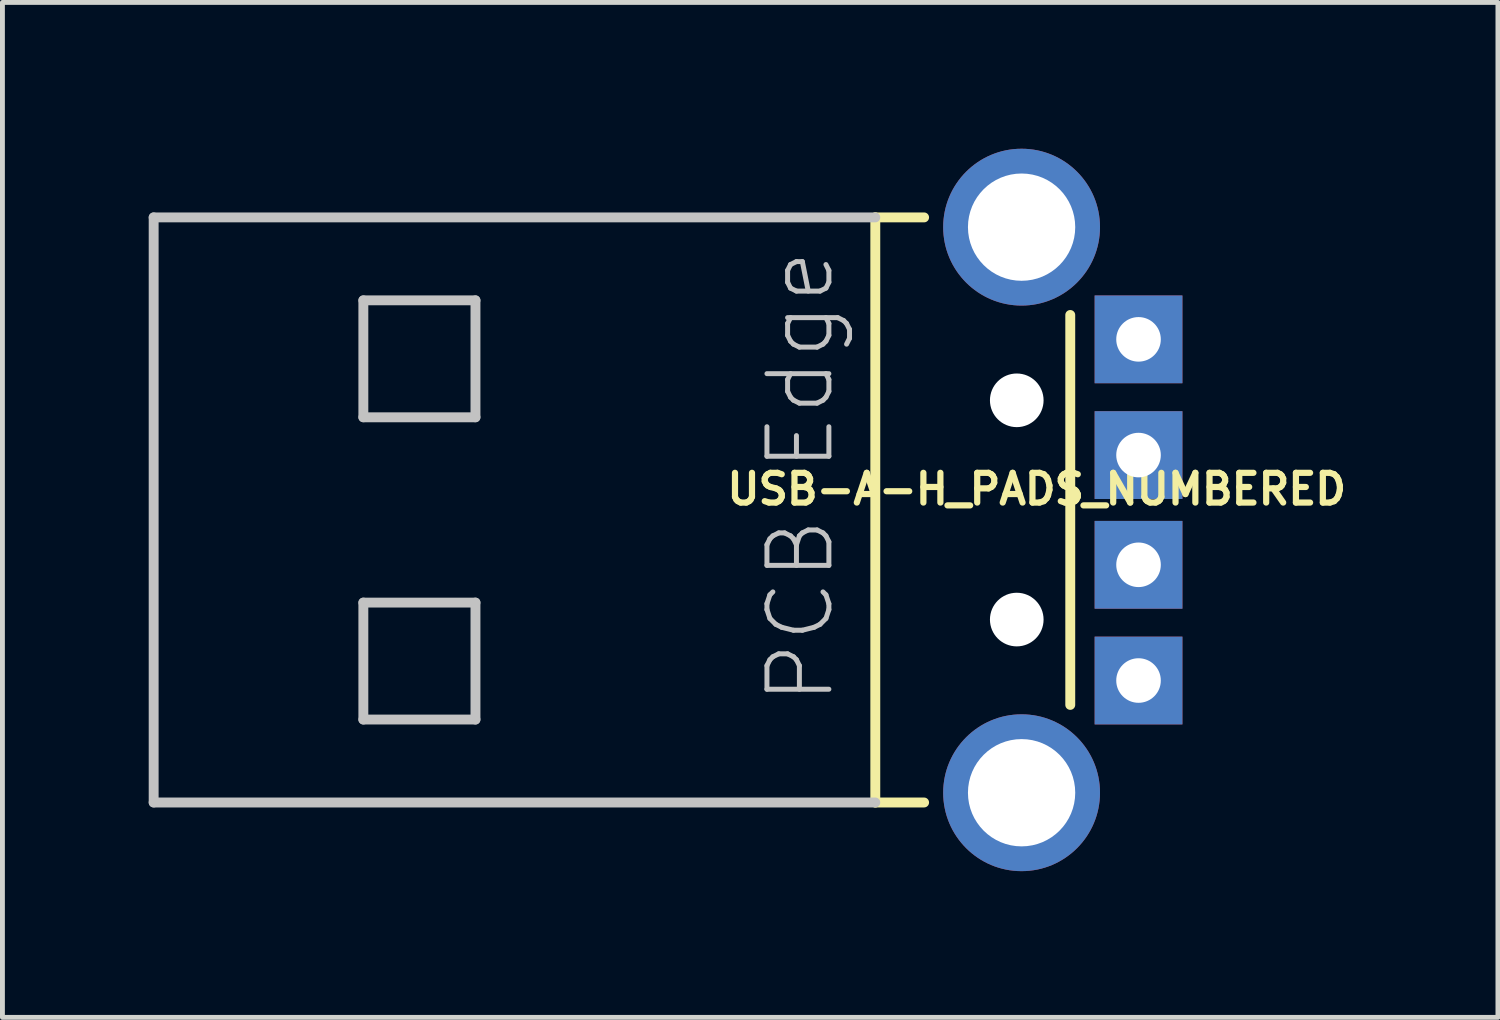
<source format=kicad_pcb>
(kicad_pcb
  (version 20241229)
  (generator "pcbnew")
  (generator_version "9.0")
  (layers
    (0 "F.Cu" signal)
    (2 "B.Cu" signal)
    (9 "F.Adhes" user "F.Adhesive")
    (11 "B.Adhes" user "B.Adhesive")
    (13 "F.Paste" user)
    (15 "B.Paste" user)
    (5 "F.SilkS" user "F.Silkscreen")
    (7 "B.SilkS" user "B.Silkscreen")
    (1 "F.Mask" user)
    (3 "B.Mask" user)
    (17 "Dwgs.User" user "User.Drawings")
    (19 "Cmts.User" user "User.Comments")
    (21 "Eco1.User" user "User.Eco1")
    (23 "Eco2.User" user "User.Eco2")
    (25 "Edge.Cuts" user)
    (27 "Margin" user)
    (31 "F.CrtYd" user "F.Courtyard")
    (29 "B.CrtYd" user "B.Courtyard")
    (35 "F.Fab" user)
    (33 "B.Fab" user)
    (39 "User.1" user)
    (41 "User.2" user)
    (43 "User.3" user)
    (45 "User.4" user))
  (footprint "USB-A-H_PADS_NUMBERED"
    (layer "F.Cu")
    (at 17.899 7.407)
    (property "Reference" "USB-A-H_PADS_NUMBERED" (at 0.31 -0.427 0) (layer "F.SilkS") (effects (font (size 0.61 0.61) (thickness 0.127))))
    (attr exclude_from_pos_files exclude_from_bom)
    (fp_line (start -3 -5.999) (end -3 5.999) (stroke (width 0.203) (type solid)) (layer "F.SilkS"))
    (fp_line (start -3 -5.999) (end -1.999 -5.999) (stroke (width 0.203) (type solid)) (layer "F.SilkS"))
    (fp_line (start -3 5.999) (end -1.999 5.999) (stroke (width 0.203) (type solid)) (layer "F.SilkS"))
    (fp_line (start 0.998 3.998) (end 0.998 -3.998) (stroke (width 0.203) (type solid)) (layer "F.SilkS"))
    (fp_line (start -17.798 -5.999) (end -17.798 5.999) (stroke (width 0.203) (type solid)) (layer "Dwgs.User"))
    (fp_line (start -13.498 -4.298) (end -13.498 -1.9) (stroke (width 0.203) (type solid)) (layer "Dwgs.User"))
    (fp_line (start -13.498 -1.9) (end -11.199 -1.9) (stroke (width 0.203) (type solid)) (layer "Dwgs.User"))
    (fp_line (start -13.498 1.9) (end -13.498 4.298) (stroke (width 0.203) (type solid)) (layer "Dwgs.User"))
    (fp_line (start -13.498 4.298) (end -11.199 4.298) (stroke (width 0.203) (type solid)) (layer "Dwgs.User"))
    (fp_line (start -11.199 -4.298) (end -13.498 -4.298) (stroke (width 0.203) (type solid)) (layer "Dwgs.User"))
    (fp_line (start -11.199 -1.9) (end -11.199 -4.298) (stroke (width 0.203) (type solid)) (layer "Dwgs.User"))
    (fp_line (start -11.199 1.9) (end -13.498 1.9) (stroke (width 0.203) (type solid)) (layer "Dwgs.User"))
    (fp_line (start -11.199 4.298) (end -11.199 1.9) (stroke (width 0.203) (type solid)) (layer "Dwgs.User"))
    (fp_line (start -3 -5.999) (end -17.798 -5.999) (stroke (width 0.203) (type solid)) (layer "Dwgs.User"))
    (fp_line (start -3 5.999) (end -17.798 5.999) (stroke (width 0.203) (type solid)) (layer "Dwgs.User"))
    (fp_text user "PCB Edge" (at -4.534 -0.678 90) (layer "Dwgs.User") (effects (font (size 1.27 1.27) (thickness 0.102))))
    (pad "" np_thru_hole circle (at -0.099 -2.248) (size 1.1 1.1) (drill 1.1) (layers "*.Cu" "*.Mask"))
    (pad "" np_thru_hole circle (at -0.099 2.248) (size 1.1 1.1) (drill 1.1) (layers "*.Cu" "*.Mask"))
    (pad "1" thru_hole rect (at 2.398 3.498) (size 1.8 1.8) (drill 0.914) (layers "*.Cu" "*.Mask"))
    (pad "2" thru_hole rect (at 2.398 1.125) (size 1.8 1.8) (drill 0.914) (layers "*.Cu" "*.Mask"))
    (pad "3" thru_hole rect (at 2.398 -1.125) (size 1.8 1.8) (drill 0.914) (layers "*.Cu" "*.Mask"))
    (pad "4" thru_hole rect (at 2.398 -3.498) (size 1.8 1.8) (drill 0.914) (layers "*.Cu" "*.Mask"))
    (pad "5" thru_hole circle (at 0 -5.799) (size 3.216 3.216) (drill 2.2) (layers "*.Cu" "*.Mask"))
    (pad "5" thru_hole circle (at 0 5.799) (size 3.216 3.216) (drill 2.2) (layers "*.Cu" "*.Mask")))
  (gr_rect
    (start -3 -3)
    (end 27.667 17.813)
    (stroke (width 0.1) (type default))
    (fill no)
    (layer "Edge.Cuts")))
</source>
